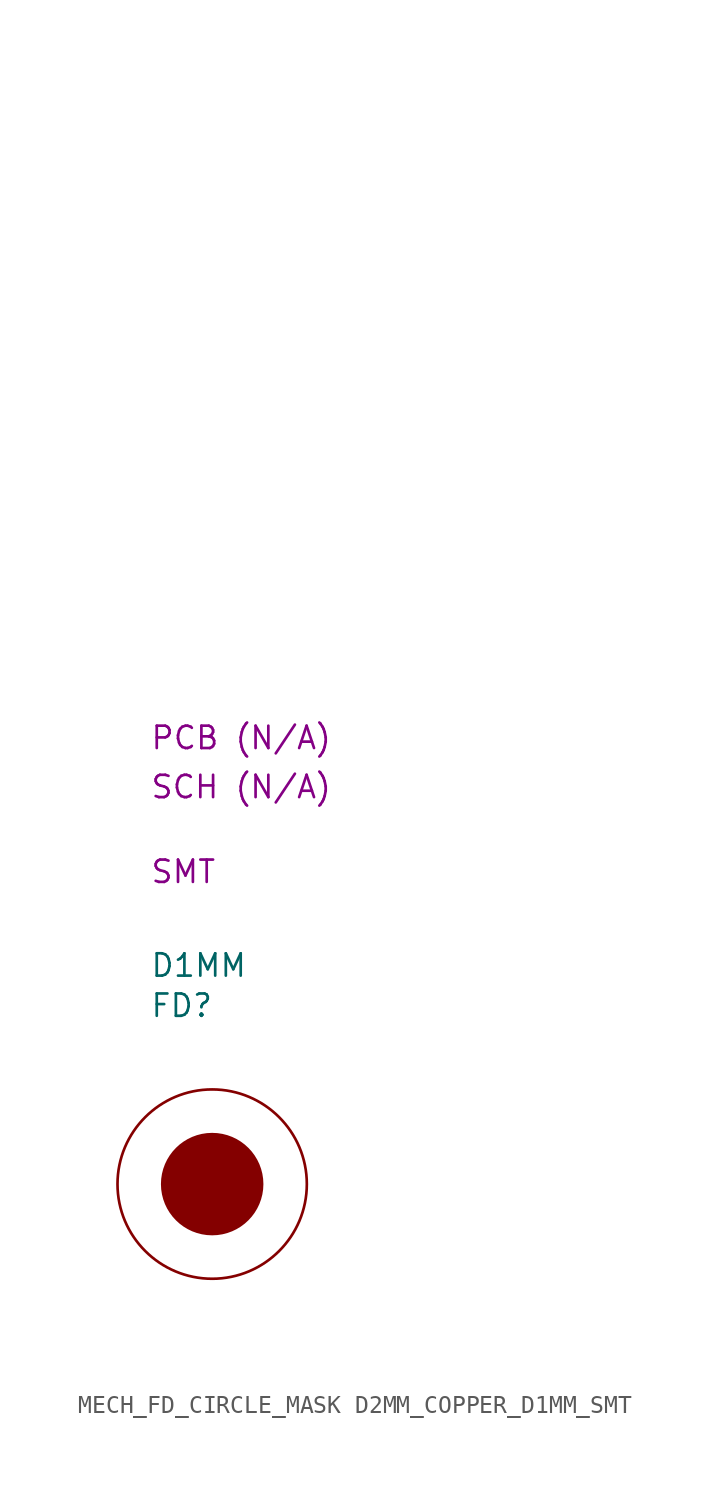
<source format=kicad_sym>
(kicad_symbol_lib
  (version 20231120)
  (generator "kicad_symbol_editor")
  (generator_version "8.0")
  (symbol "MECH_FD_CIRCLE_MASK D2MM_COPPER_D1MM_SMT"
    (property "Reference" "FD"
      (at 2.794 3.81 0)
      (effects (font (size 1.27 1.27)) (justify left)))
    (property "Value" "D1MM"
      (at 2.794 6.096 0)
      (effects (font (size 1.27 1.27)) (justify left)))
    (property "Package" "SMT"
      (at 2.794 11.43 0)
      (effects (font (size 1.27 1.27)) (justify left)))
    (property "SCH CHECK" "SCH (N/A)"
      (at 2.794 16.256 0)
      (effects (font (size 1.27 1.27)) (justify left)))
    (property "PCB CHECk" "PCB (N/A)"
      (at 2.794 19.05 0)
      (effects (font (size 1.27 1.27)) (justify left)))
    (symbol "MECH_FD_CIRCLE_MASK D2MM_COPPER_D1MM_SMT_0_1"
      (polyline private (pts (xy 2.54 2.54) (xy 27.94 2.54)) (stroke (width 0) (type default)) (fill (type none)))
      (polyline private (pts (xy 2.54 5.08) (xy 27.94 5.08)) (stroke (width 0) (type default)) (fill (type none)))
      (polyline private (pts (xy 2.54 7.62) (xy 27.94 7.62)) (stroke (width 0) (type default)) (fill (type none)))
      (polyline private (pts (xy 2.54 10.16) (xy 27.94 10.16)) (stroke (width 0) (type default)) (fill (type none)))
      (polyline private (pts (xy 2.54 12.7) (xy 27.94 12.7)) (stroke (width 0) (type default)) (fill (type none)))
      (polyline private (pts (xy 2.54 15.24) (xy 27.94 15.24)) (stroke (width 0) (type default)) (fill (type none)))
      (polyline private (pts (xy 2.54 17.78) (xy 27.94 17.78)) (stroke (width 0) (type default)) (fill (type none)))
      (polyline private (pts (xy 2.54 20.32) (xy 27.94 20.32)) (stroke (width 0) (type default)) (fill (type none)))
      (polyline private (pts (xy 2.54 22.86) (xy 27.94 22.86)) (stroke (width 0) (type default)) (fill (type none)))
      (polyline private (pts (xy 2.54 25.4) (xy 27.94 25.4)) (stroke (width 0) (type default)) (fill (type none)))
      (polyline private (pts (xy 2.54 27.94) (xy 27.94 27.94)) (stroke (width 0) (type default)) (fill (type none)))
      (polyline private (pts (xy 2.54 30.48) (xy 27.94 30.48)) (stroke (width 0) (type default)) (fill (type none)))
      (polyline private (pts (xy 2.54 33.02) (xy 27.94 33.02)) (stroke (width 0) (type default)) (fill (type none)))
      (polyline private (pts (xy 2.54 35.56) (xy 27.94 35.56)) (stroke (width 0) (type default)) (fill (type none)))
      (polyline private (pts (xy 2.54 38.1) (xy 27.94 38.1)) (stroke (width 0) (type default)) (fill (type none)))
      (polyline private (pts (xy 2.54 40.64) (xy 27.94 40.64)) (stroke (width 0) (type default)) (fill (type none)))
      (polyline private (pts (xy 2.54 43.18) (xy 27.94 43.18)) (stroke (width 0) (type default)) (fill (type none)))
      (polyline private (pts (xy 2.54 45.72) (xy 27.94 45.72)) (stroke (width 0) (type default)) (fill (type none)))
      (polyline private (pts (xy 2.54 48.26) (xy 27.94 48.26)) (stroke (width 0) (type default)) (fill (type none)))
      (polyline private (pts (xy 2.54 50.8) (xy 27.94 50.8)) (stroke (width 0) (type default)) (fill (type none)))
      (circle (center 6.35 -6.35) (radius 5.388) (stroke (width 0) (type default)) (fill (type none))))
    (symbol "MECH_FD_CIRCLE_MASK D2MM_COPPER_D1MM_SMT_1_1"
      (circle (center 6.35 -6.35) (radius 2.84) (stroke (width 0) (type default)) (fill (type outline))))))
</source>
